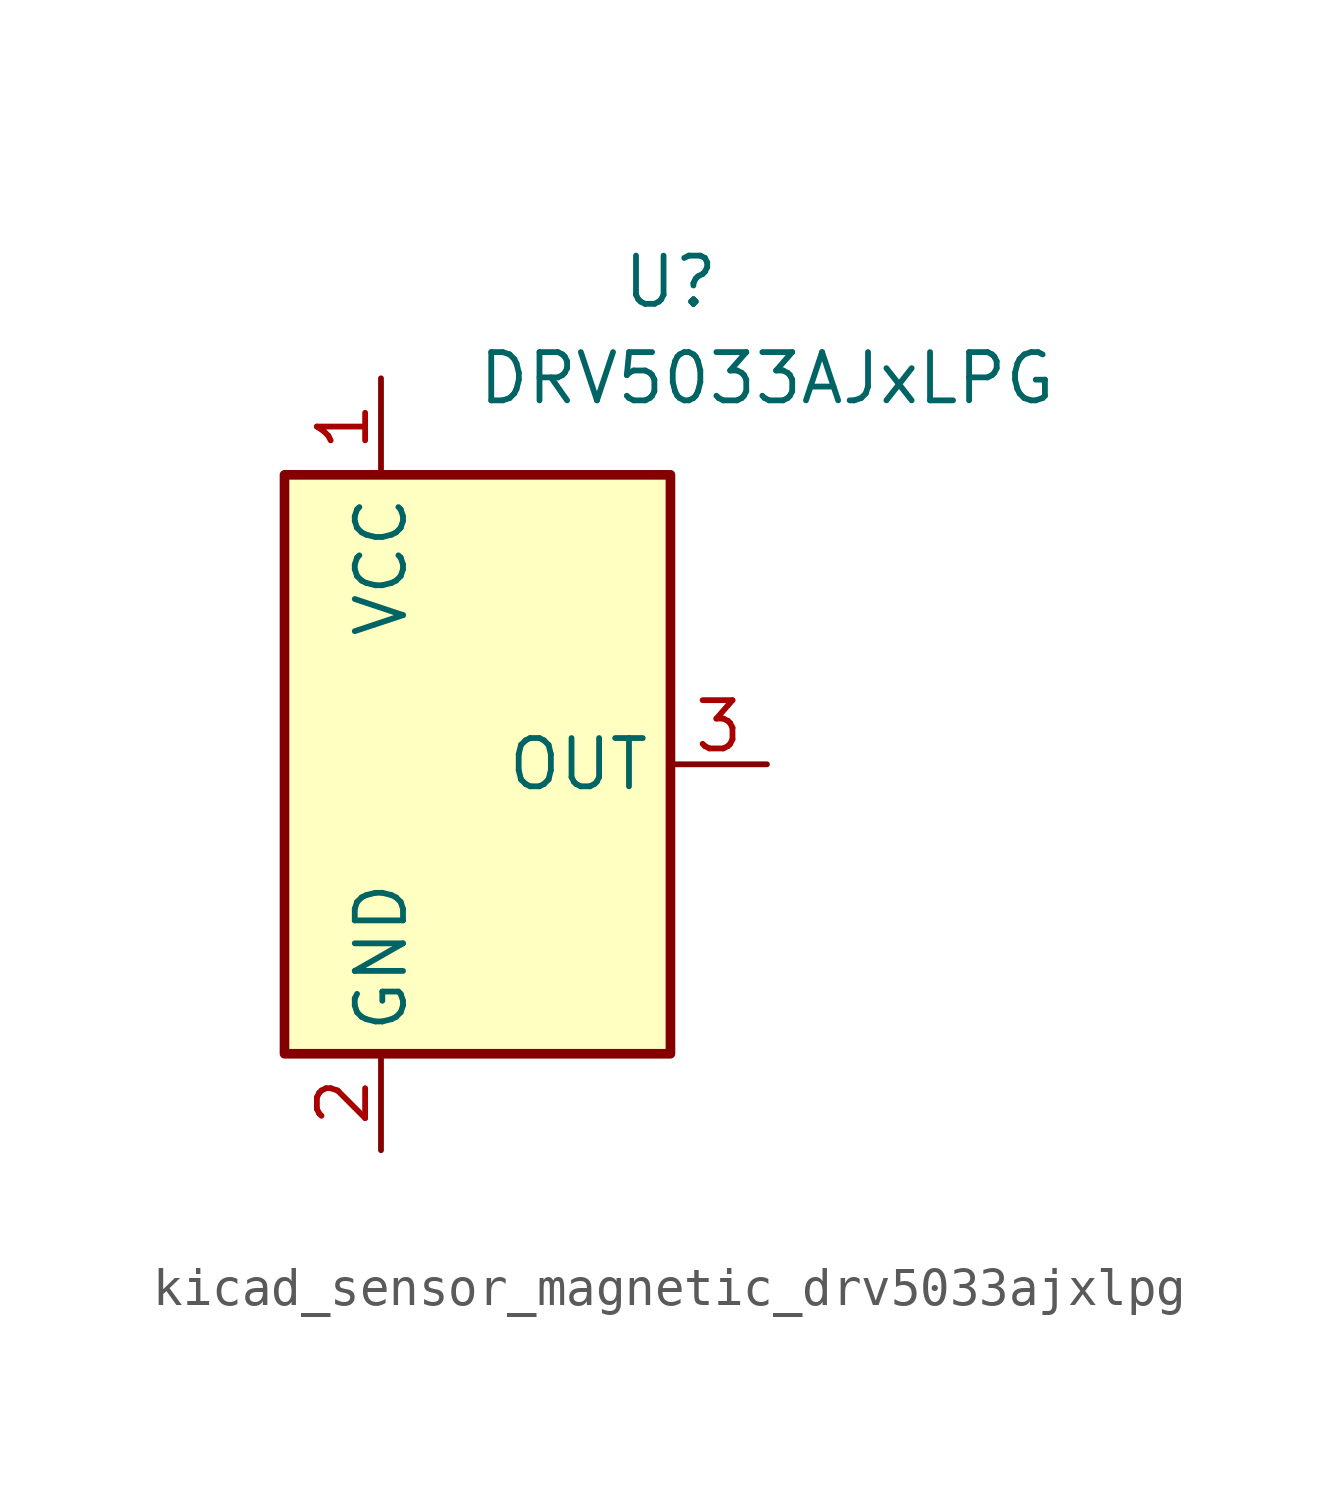
<source format=kicad_sym>
(kicad_symbol_lib
  (version 20220914)
  (generator kicad_symbol_editor)
  (symbol "kicad_sensor_magnetic_drv5033ajxlpg"
    (property "Reference" "U"
      (at 5.08 12.7 0)
      (effects (font (size 1.27 1.27))))
    (property "Value" "DRV5033AJxLPG"
      (at 7.62 10.16 0)
      (effects (font (size 1.27 1.27))))
    (symbol "kicad_sensor_magnetic_drv5033ajxlpg_1_1"
      (rectangle (start -5.08 7.62) (end 5.08 -7.62) (stroke (width 0.254) (type default)) (fill (type background)))
      (pin power_in line (at -2.54 10.16 270) (length 2.54) (name "VCC" (effects (font (size 1.27 1.27)))) (number "1" (effects (font (size 1.27 1.27)))))
      (pin power_in line (at -2.54 -10.16 90) (length 2.54) (name "GND" (effects (font (size 1.27 1.27)))) (number "2" (effects (font (size 1.27 1.27)))))
      (pin output line (at 7.62 0 180) (length 2.54) (name "OUT" (effects (font (size 1.27 1.27)))) (number "3" (effects (font (size 1.27 1.27))))))))
</source>
